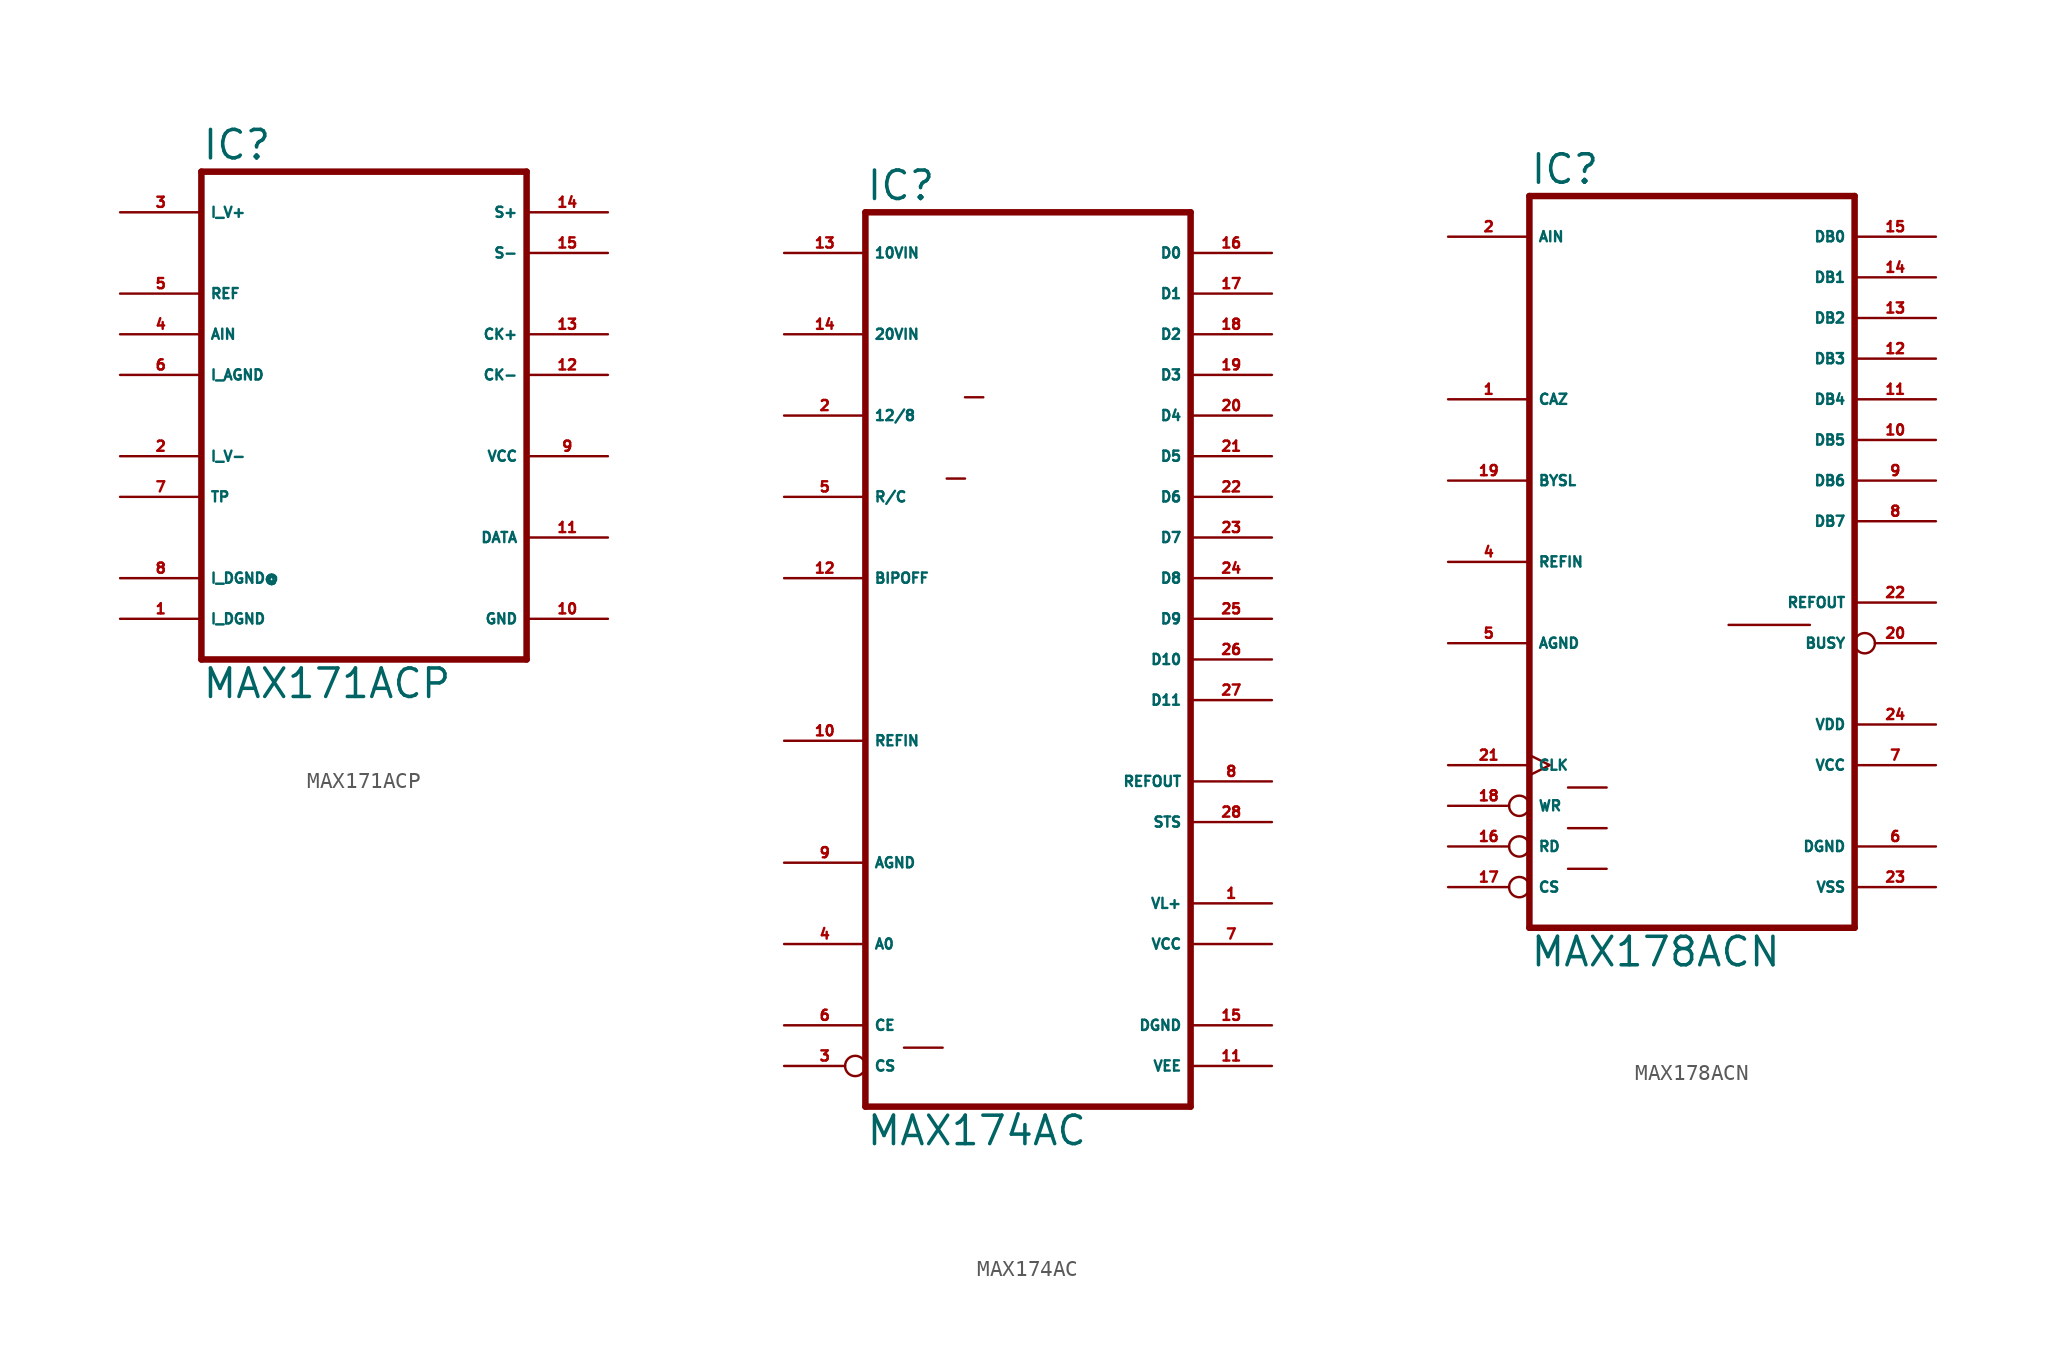
<source format=kicad_sym>
(kicad_symbol_lib
  (version 20220914)
  (generator Eagle2Kicad)
  (symbol "MAX171ACP"
    (property "Reference" "IC"
      (at -10.16 15.875 0)
      (effects (font (size 1.778 1.778) (thickness 0.22)) (justify left bottom)))
    (property "Value" "MAX171ACP"
      (at -10.16 -17.78 0)
      (effects (font (size 1.778 1.778) (thickness 0.22)) (justify left bottom)))
    (polyline
      (pts (xy 10.16 -15.24) (xy -10.16 -15.24))
      (stroke (width 0.406) (type default))
      (fill (type none)))
    (polyline
      (pts (xy -10.16 15.24) (xy -10.16 -15.24))
      (stroke (width 0.406) (type default))
      (fill (type none)))
    (polyline
      (pts (xy -10.16 15.24) (xy 10.16 15.24))
      (stroke (width 0.406) (type default))
      (fill (type none)))
    (polyline
      (pts (xy 10.16 -15.24) (xy 10.16 15.24))
      (stroke (width 0.406) (type default))
      (fill (type none)))
    (pin unspecified line
      (at 15.24 -12.7 180)
      (length 5.08)
      (name "GND" (effects (font (size 0.635 0.635) (thickness 0.08)) (justify left bottom)))
      (number "10" (effects (font (size 0.635 0.635) (thickness 0.08)) (justify left bottom))))
    (pin unspecified line
      (at 15.24 -2.54 180)
      (length 5.08)
      (name "VCC" (effects (font (size 0.635 0.635) (thickness 0.08)) (justify left bottom)))
      (number "9" (effects (font (size 0.635 0.635) (thickness 0.08)) (justify left bottom))))
    (pin passive line
      (at 15.24 5.08 180)
      (length 5.08)
      (name "CK+" (effects (font (size 0.635 0.635) (thickness 0.08)) (justify left bottom)))
      (number "13" (effects (font (size 0.635 0.635) (thickness 0.08)) (justify left bottom))))
    (pin passive line
      (at -15.24 -10.16 0)
      (length 5.08)
      (name "I_DGND@" (effects (font (size 0.635 0.635) (thickness 0.08)) (justify left bottom)))
      (number "8" (effects (font (size 0.635 0.635) (thickness 0.08)) (justify left bottom))))
    (pin passive line
      (at 15.24 2.54 180)
      (length 5.08)
      (name "CK-" (effects (font (size 0.635 0.635) (thickness 0.08)) (justify left bottom)))
      (number "12" (effects (font (size 0.635 0.635) (thickness 0.08)) (justify left bottom))))
    (pin passive line
      (at 15.24 10.16 180)
      (length 5.08)
      (name "S-" (effects (font (size 0.635 0.635) (thickness 0.08)) (justify left bottom)))
      (number "15" (effects (font (size 0.635 0.635) (thickness 0.08)) (justify left bottom))))
    (pin passive line
      (at 15.24 12.7 180)
      (length 5.08)
      (name "S+" (effects (font (size 0.635 0.635) (thickness 0.08)) (justify left bottom)))
      (number "14" (effects (font (size 0.635 0.635) (thickness 0.08)) (justify left bottom))))
    (pin input line
      (at -15.24 12.7 0)
      (length 5.08)
      (name "I_V+" (effects (font (size 0.635 0.635) (thickness 0.08)) (justify left bottom)))
      (number "3" (effects (font (size 0.635 0.635) (thickness 0.08)) (justify left bottom))))
    (pin unspecified line
      (at -15.24 7.62 0)
      (length 5.08)
      (name "REF" (effects (font (size 0.635 0.635) (thickness 0.08)) (justify left bottom)))
      (number "5" (effects (font (size 0.635 0.635) (thickness 0.08)) (justify left bottom))))
    (pin passive line
      (at -15.24 2.54 0)
      (length 5.08)
      (name "I_AGND" (effects (font (size 0.635 0.635) (thickness 0.08)) (justify left bottom)))
      (number "6" (effects (font (size 0.635 0.635) (thickness 0.08)) (justify left bottom))))
    (pin input line
      (at -15.24 5.08 0)
      (length 5.08)
      (name "AIN" (effects (font (size 0.635 0.635) (thickness 0.08)) (justify left bottom)))
      (number "4" (effects (font (size 0.635 0.635) (thickness 0.08)) (justify left bottom))))
    (pin passive line
      (at -15.24 -12.7 0)
      (length 5.08)
      (name "I_DGND" (effects (font (size 0.635 0.635) (thickness 0.08)) (justify left bottom)))
      (number "1" (effects (font (size 0.635 0.635) (thickness 0.08)) (justify left bottom))))
    (pin input line
      (at -15.24 -2.54 0)
      (length 5.08)
      (name "I_V-" (effects (font (size 0.635 0.635) (thickness 0.08)) (justify left bottom)))
      (number "2" (effects (font (size 0.635 0.635) (thickness 0.08)) (justify left bottom))))
    (pin output line
      (at 15.24 -7.62 180)
      (length 5.08)
      (name "DATA" (effects (font (size 0.635 0.635) (thickness 0.08)) (justify left bottom)))
      (number "11" (effects (font (size 0.635 0.635) (thickness 0.08)) (justify left bottom))))
    (pin input line
      (at -15.24 -5.08 0)
      (length 5.08)
      (name "TP" (effects (font (size 0.635 0.635) (thickness 0.08)) (justify left bottom)))
      (number "7" (effects (font (size 0.635 0.635) (thickness 0.08)) (justify left bottom)))))
  (symbol "MAX174AC"
    (property "Reference" "IC"
      (at -10.16 26.035 0)
      (effects (font (size 1.778 1.778) (thickness 0.22)) (justify left bottom)))
    (property "Value" "MAX174AC"
      (at -10.16 -33.02 0)
      (effects (font (size 1.778 1.778) (thickness 0.22)) (justify left bottom)))
    (polyline
      (pts (xy -10.16 -30.48) (xy 10.16 -30.48))
      (stroke (width 0.406) (type default))
      (fill (type none)))
    (polyline
      (pts (xy 10.16 25.4) (xy 10.16 -30.48))
      (stroke (width 0.406) (type default))
      (fill (type none)))
    (polyline
      (pts (xy 10.16 25.4) (xy -10.16 25.4))
      (stroke (width 0.406) (type default))
      (fill (type none)))
    (polyline
      (pts (xy -10.16 -30.48) (xy -10.16 25.4))
      (stroke (width 0.406) (type default))
      (fill (type none)))
    (polyline
      (pts (xy -7.747 -26.797) (xy -5.334 -26.797))
      (stroke (width 0.152) (type default))
      (fill (type none)))
    (polyline
      (pts (xy -5.08 8.763) (xy -3.937 8.763))
      (stroke (width 0.152) (type default))
      (fill (type none)))
    (polyline
      (pts (xy -3.937 13.843) (xy -2.794 13.843))
      (stroke (width 0.152) (type default))
      (fill (type none)))
    (pin tri_state line
      (at 15.24 22.86 180)
      (length 5.08)
      (name "D0" (effects (font (size 0.635 0.635) (thickness 0.08)) (justify left bottom)))
      (number "16" (effects (font (size 0.635 0.635) (thickness 0.08)) (justify left bottom))))
    (pin tri_state line
      (at 15.24 20.32 180)
      (length 5.08)
      (name "D1" (effects (font (size 0.635 0.635) (thickness 0.08)) (justify left bottom)))
      (number "17" (effects (font (size 0.635 0.635) (thickness 0.08)) (justify left bottom))))
    (pin tri_state line
      (at 15.24 17.78 180)
      (length 5.08)
      (name "D2" (effects (font (size 0.635 0.635) (thickness 0.08)) (justify left bottom)))
      (number "18" (effects (font (size 0.635 0.635) (thickness 0.08)) (justify left bottom))))
    (pin tri_state line
      (at 15.24 15.24 180)
      (length 5.08)
      (name "D3" (effects (font (size 0.635 0.635) (thickness 0.08)) (justify left bottom)))
      (number "19" (effects (font (size 0.635 0.635) (thickness 0.08)) (justify left bottom))))
    (pin tri_state line
      (at 15.24 12.7 180)
      (length 5.08)
      (name "D4" (effects (font (size 0.635 0.635) (thickness 0.08)) (justify left bottom)))
      (number "20" (effects (font (size 0.635 0.635) (thickness 0.08)) (justify left bottom))))
    (pin tri_state line
      (at 15.24 10.16 180)
      (length 5.08)
      (name "D5" (effects (font (size 0.635 0.635) (thickness 0.08)) (justify left bottom)))
      (number "21" (effects (font (size 0.635 0.635) (thickness 0.08)) (justify left bottom))))
    (pin tri_state line
      (at 15.24 7.62 180)
      (length 5.08)
      (name "D6" (effects (font (size 0.635 0.635) (thickness 0.08)) (justify left bottom)))
      (number "22" (effects (font (size 0.635 0.635) (thickness 0.08)) (justify left bottom))))
    (pin tri_state line
      (at 15.24 5.08 180)
      (length 5.08)
      (name "D7" (effects (font (size 0.635 0.635) (thickness 0.08)) (justify left bottom)))
      (number "23" (effects (font (size 0.635 0.635) (thickness 0.08)) (justify left bottom))))
    (pin unspecified line
      (at 15.24 -10.16 180)
      (length 5.08)
      (name "REFOUT" (effects (font (size 0.635 0.635) (thickness 0.08)) (justify left bottom)))
      (number "8" (effects (font (size 0.635 0.635) (thickness 0.08)) (justify left bottom))))
    (pin unspecified line
      (at 15.24 -20.32 180)
      (length 5.08)
      (name "VCC" (effects (font (size 0.635 0.635) (thickness 0.08)) (justify left bottom)))
      (number "7" (effects (font (size 0.635 0.635) (thickness 0.08)) (justify left bottom))))
    (pin unspecified line
      (at 15.24 -27.94 180)
      (length 5.08)
      (name "VEE" (effects (font (size 0.635 0.635) (thickness 0.08)) (justify left bottom)))
      (number "11" (effects (font (size 0.635 0.635) (thickness 0.08)) (justify left bottom))))
    (pin input line
      (at -15.24 -7.62 0)
      (length 5.08)
      (name "REFIN" (effects (font (size 0.635 0.635) (thickness 0.08)) (justify left bottom)))
      (number "10" (effects (font (size 0.635 0.635) (thickness 0.08)) (justify left bottom))))
    (pin input line
      (at -15.24 -25.4 0)
      (length 5.08)
      (name "CE" (effects (font (size 0.635 0.635) (thickness 0.08)) (justify left bottom)))
      (number "6" (effects (font (size 0.635 0.635) (thickness 0.08)) (justify left bottom))))
    (pin input inverted
      (at -15.24 -27.94 0)
      (length 5.08)
      (name "CS" (effects (font (size 0.635 0.635) (thickness 0.08)) (justify left bottom)))
      (number "3" (effects (font (size 0.635 0.635) (thickness 0.08)) (justify left bottom))))
    (pin input line
      (at -15.24 12.7 0)
      (length 5.08)
      (name "12/8" (effects (font (size 0.635 0.635) (thickness 0.08)) (justify left bottom)))
      (number "2" (effects (font (size 0.635 0.635) (thickness 0.08)) (justify left bottom))))
    (pin input line
      (at -15.24 7.62 0)
      (length 5.08)
      (name "R/C" (effects (font (size 0.635 0.635) (thickness 0.08)) (justify left bottom)))
      (number "5" (effects (font (size 0.635 0.635) (thickness 0.08)) (justify left bottom))))
    (pin tri_state line
      (at 15.24 2.54 180)
      (length 5.08)
      (name "D8" (effects (font (size 0.635 0.635) (thickness 0.08)) (justify left bottom)))
      (number "24" (effects (font (size 0.635 0.635) (thickness 0.08)) (justify left bottom))))
    (pin tri_state line
      (at 15.24 0 180)
      (length 5.08)
      (name "D9" (effects (font (size 0.635 0.635) (thickness 0.08)) (justify left bottom)))
      (number "25" (effects (font (size 0.635 0.635) (thickness 0.08)) (justify left bottom))))
    (pin unspecified line
      (at -15.24 -15.24 0)
      (length 5.08)
      (name "AGND" (effects (font (size 0.635 0.635) (thickness 0.08)) (justify left bottom)))
      (number "9" (effects (font (size 0.635 0.635) (thickness 0.08)) (justify left bottom))))
    (pin unspecified line
      (at 15.24 -25.4 180)
      (length 5.08)
      (name "DGND" (effects (font (size 0.635 0.635) (thickness 0.08)) (justify left bottom)))
      (number "15" (effects (font (size 0.635 0.635) (thickness 0.08)) (justify left bottom))))
    (pin input line
      (at -15.24 -20.32 0)
      (length 5.08)
      (name "A0" (effects (font (size 0.635 0.635) (thickness 0.08)) (justify left bottom)))
      (number "4" (effects (font (size 0.635 0.635) (thickness 0.08)) (justify left bottom))))
    (pin unspecified line
      (at 15.24 -17.78 180)
      (length 5.08)
      (name "VL+" (effects (font (size 0.635 0.635) (thickness 0.08)) (justify left bottom)))
      (number "1" (effects (font (size 0.635 0.635) (thickness 0.08)) (justify left bottom))))
    (pin output line
      (at 15.24 -12.7 180)
      (length 5.08)
      (name "STS" (effects (font (size 0.635 0.635) (thickness 0.08)) (justify left bottom)))
      (number "28" (effects (font (size 0.635 0.635) (thickness 0.08)) (justify left bottom))))
    (pin input line
      (at -15.24 2.54 0)
      (length 5.08)
      (name "BIPOFF" (effects (font (size 0.635 0.635) (thickness 0.08)) (justify left bottom)))
      (number "12" (effects (font (size 0.635 0.635) (thickness 0.08)) (justify left bottom))))
    (pin input line
      (at -15.24 22.86 0)
      (length 5.08)
      (name "10VIN" (effects (font (size 0.635 0.635) (thickness 0.08)) (justify left bottom)))
      (number "13" (effects (font (size 0.635 0.635) (thickness 0.08)) (justify left bottom))))
    (pin input line
      (at -15.24 17.78 0)
      (length 5.08)
      (name "20VIN" (effects (font (size 0.635 0.635) (thickness 0.08)) (justify left bottom)))
      (number "14" (effects (font (size 0.635 0.635) (thickness 0.08)) (justify left bottom))))
    (pin tri_state line
      (at 15.24 -2.54 180)
      (length 5.08)
      (name "D10" (effects (font (size 0.635 0.635) (thickness 0.08)) (justify left bottom)))
      (number "26" (effects (font (size 0.635 0.635) (thickness 0.08)) (justify left bottom))))
    (pin tri_state line
      (at 15.24 -5.08 180)
      (length 5.08)
      (name "D11" (effects (font (size 0.635 0.635) (thickness 0.08)) (justify left bottom)))
      (number "27" (effects (font (size 0.635 0.635) (thickness 0.08)) (justify left bottom)))))
  (symbol "MAX178ACN"
    (property "Reference" "IC"
      (at -10.16 23.495 0)
      (effects (font (size 1.778 1.778) (thickness 0.22)) (justify left bottom)))
    (property "Value" "MAX178ACN"
      (at -10.16 -25.4 0)
      (effects (font (size 1.778 1.778) (thickness 0.22)) (justify left bottom)))
    (polyline
      (pts (xy -10.16 -22.86) (xy 10.16 -22.86))
      (stroke (width 0.406) (type default))
      (fill (type none)))
    (polyline
      (pts (xy 10.16 22.86) (xy 10.16 -22.86))
      (stroke (width 0.406) (type default))
      (fill (type none)))
    (polyline
      (pts (xy 10.16 22.86) (xy -10.16 22.86))
      (stroke (width 0.406) (type default))
      (fill (type none)))
    (polyline
      (pts (xy -10.16 -22.86) (xy -10.16 22.86))
      (stroke (width 0.406) (type default))
      (fill (type none)))
    (polyline
      (pts (xy -7.747 -19.177) (xy -5.334 -19.177))
      (stroke (width 0.152) (type default))
      (fill (type none)))
    (polyline
      (pts (xy 2.286 -3.937) (xy 7.366 -3.937))
      (stroke (width 0.152) (type default))
      (fill (type none)))
    (polyline
      (pts (xy -7.747 -16.637) (xy -5.334 -16.637))
      (stroke (width 0.152) (type default))
      (fill (type none)))
    (polyline
      (pts (xy -7.747 -14.097) (xy -5.334 -14.097))
      (stroke (width 0.152) (type default))
      (fill (type none)))
    (pin tri_state line
      (at 15.24 20.32 180)
      (length 5.08)
      (name "DB0" (effects (font (size 0.635 0.635) (thickness 0.08)) (justify left bottom)))
      (number "15" (effects (font (size 0.635 0.635) (thickness 0.08)) (justify left bottom))))
    (pin tri_state line
      (at 15.24 17.78 180)
      (length 5.08)
      (name "DB1" (effects (font (size 0.635 0.635) (thickness 0.08)) (justify left bottom)))
      (number "14" (effects (font (size 0.635 0.635) (thickness 0.08)) (justify left bottom))))
    (pin tri_state line
      (at 15.24 15.24 180)
      (length 5.08)
      (name "DB2" (effects (font (size 0.635 0.635) (thickness 0.08)) (justify left bottom)))
      (number "13" (effects (font (size 0.635 0.635) (thickness 0.08)) (justify left bottom))))
    (pin tri_state line
      (at 15.24 12.7 180)
      (length 5.08)
      (name "DB3" (effects (font (size 0.635 0.635) (thickness 0.08)) (justify left bottom)))
      (number "12" (effects (font (size 0.635 0.635) (thickness 0.08)) (justify left bottom))))
    (pin tri_state line
      (at 15.24 10.16 180)
      (length 5.08)
      (name "DB4" (effects (font (size 0.635 0.635) (thickness 0.08)) (justify left bottom)))
      (number "11" (effects (font (size 0.635 0.635) (thickness 0.08)) (justify left bottom))))
    (pin tri_state line
      (at 15.24 7.62 180)
      (length 5.08)
      (name "DB5" (effects (font (size 0.635 0.635) (thickness 0.08)) (justify left bottom)))
      (number "10" (effects (font (size 0.635 0.635) (thickness 0.08)) (justify left bottom))))
    (pin tri_state line
      (at 15.24 5.08 180)
      (length 5.08)
      (name "DB6" (effects (font (size 0.635 0.635) (thickness 0.08)) (justify left bottom)))
      (number "9" (effects (font (size 0.635 0.635) (thickness 0.08)) (justify left bottom))))
    (pin tri_state line
      (at 15.24 2.54 180)
      (length 5.08)
      (name "DB7" (effects (font (size 0.635 0.635) (thickness 0.08)) (justify left bottom)))
      (number "8" (effects (font (size 0.635 0.635) (thickness 0.08)) (justify left bottom))))
    (pin unspecified line
      (at 15.24 -2.54 180)
      (length 5.08)
      (name "REFOUT" (effects (font (size 0.635 0.635) (thickness 0.08)) (justify left bottom)))
      (number "22" (effects (font (size 0.635 0.635) (thickness 0.08)) (justify left bottom))))
    (pin unspecified line
      (at 15.24 -12.7 180)
      (length 5.08)
      (name "VCC" (effects (font (size 0.635 0.635) (thickness 0.08)) (justify left bottom)))
      (number "7" (effects (font (size 0.635 0.635) (thickness 0.08)) (justify left bottom))))
    (pin unspecified line
      (at 15.24 -20.32 180)
      (length 5.08)
      (name "VSS" (effects (font (size 0.635 0.635) (thickness 0.08)) (justify left bottom)))
      (number "23" (effects (font (size 0.635 0.635) (thickness 0.08)) (justify left bottom))))
    (pin input line
      (at -15.24 0 0)
      (length 5.08)
      (name "REFIN" (effects (font (size 0.635 0.635) (thickness 0.08)) (justify left bottom)))
      (number "4" (effects (font (size 0.635 0.635) (thickness 0.08)) (justify left bottom))))
    (pin input inverted
      (at -15.24 -17.78 0)
      (length 5.08)
      (name "RD" (effects (font (size 0.635 0.635) (thickness 0.08)) (justify left bottom)))
      (number "16" (effects (font (size 0.635 0.635) (thickness 0.08)) (justify left bottom))))
    (pin input inverted
      (at -15.24 -20.32 0)
      (length 5.08)
      (name "CS" (effects (font (size 0.635 0.635) (thickness 0.08)) (justify left bottom)))
      (number "17" (effects (font (size 0.635 0.635) (thickness 0.08)) (justify left bottom))))
    (pin input line
      (at -15.24 10.16 0)
      (length 5.08)
      (name "CAZ" (effects (font (size 0.635 0.635) (thickness 0.08)) (justify left bottom)))
      (number "1" (effects (font (size 0.635 0.635) (thickness 0.08)) (justify left bottom))))
    (pin output inverted
      (at 15.24 -5.08 180)
      (length 5.08)
      (name "BUSY" (effects (font (size 0.635 0.635) (thickness 0.08)) (justify left bottom)))
      (number "20" (effects (font (size 0.635 0.635) (thickness 0.08)) (justify left bottom))))
    (pin unspecified line
      (at -15.24 -5.08 0)
      (length 5.08)
      (name "AGND" (effects (font (size 0.635 0.635) (thickness 0.08)) (justify left bottom)))
      (number "5" (effects (font (size 0.635 0.635) (thickness 0.08)) (justify left bottom))))
    (pin unspecified line
      (at 15.24 -17.78 180)
      (length 5.08)
      (name "DGND" (effects (font (size 0.635 0.635) (thickness 0.08)) (justify left bottom)))
      (number "6" (effects (font (size 0.635 0.635) (thickness 0.08)) (justify left bottom))))
    (pin input inverted
      (at -15.24 -15.24 0)
      (length 5.08)
      (name "WR" (effects (font (size 0.635 0.635) (thickness 0.08)) (justify left bottom)))
      (number "18" (effects (font (size 0.635 0.635) (thickness 0.08)) (justify left bottom))))
    (pin unspecified line
      (at 15.24 -10.16 180)
      (length 5.08)
      (name "VDD" (effects (font (size 0.635 0.635) (thickness 0.08)) (justify left bottom)))
      (number "24" (effects (font (size 0.635 0.635) (thickness 0.08)) (justify left bottom))))
    (pin input line
      (at -15.24 5.08 0)
      (length 5.08)
      (name "BYSL" (effects (font (size 0.635 0.635) (thickness 0.08)) (justify left bottom)))
      (number "19" (effects (font (size 0.635 0.635) (thickness 0.08)) (justify left bottom))))
    (pin input line
      (at -15.24 20.32 0)
      (length 5.08)
      (name "AIN" (effects (font (size 0.635 0.635) (thickness 0.08)) (justify left bottom)))
      (number "2" (effects (font (size 0.635 0.635) (thickness 0.08)) (justify left bottom))))
    (pin input clock
      (at -15.24 -12.7 0)
      (length 5.08)
      (name "CLK" (effects (font (size 0.635 0.635) (thickness 0.08)) (justify left bottom)))
      (number "21" (effects (font (size 0.635 0.635) (thickness 0.08)) (justify left bottom))))))
</source>
